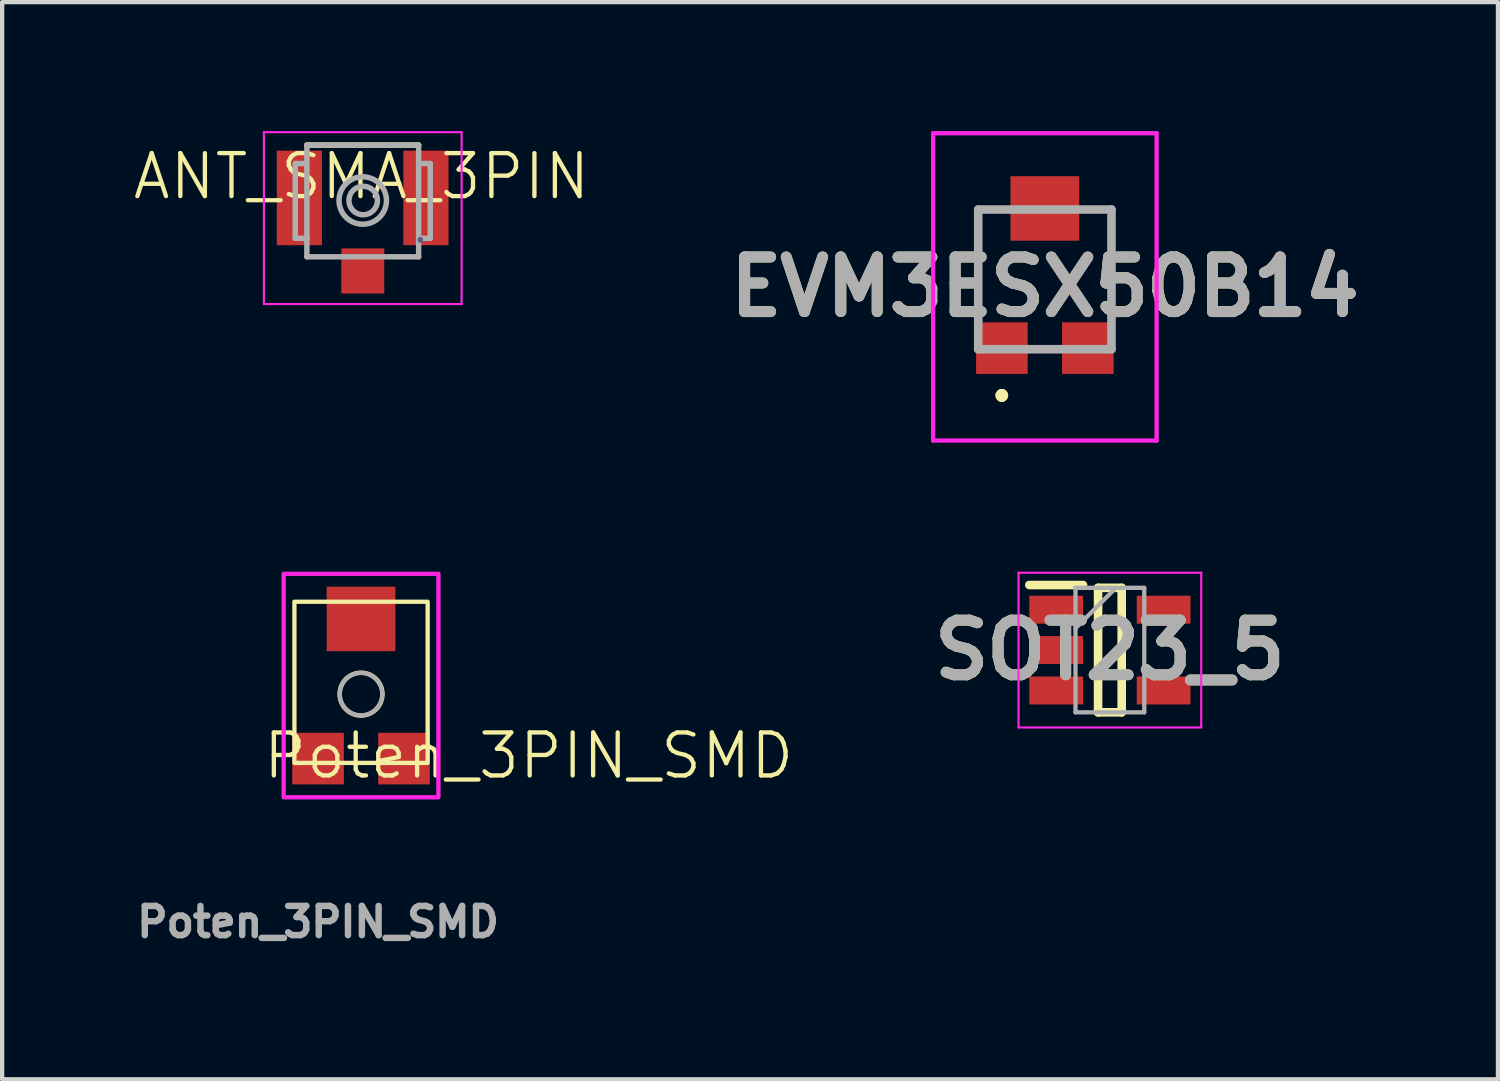
<source format=kicad_pcb>
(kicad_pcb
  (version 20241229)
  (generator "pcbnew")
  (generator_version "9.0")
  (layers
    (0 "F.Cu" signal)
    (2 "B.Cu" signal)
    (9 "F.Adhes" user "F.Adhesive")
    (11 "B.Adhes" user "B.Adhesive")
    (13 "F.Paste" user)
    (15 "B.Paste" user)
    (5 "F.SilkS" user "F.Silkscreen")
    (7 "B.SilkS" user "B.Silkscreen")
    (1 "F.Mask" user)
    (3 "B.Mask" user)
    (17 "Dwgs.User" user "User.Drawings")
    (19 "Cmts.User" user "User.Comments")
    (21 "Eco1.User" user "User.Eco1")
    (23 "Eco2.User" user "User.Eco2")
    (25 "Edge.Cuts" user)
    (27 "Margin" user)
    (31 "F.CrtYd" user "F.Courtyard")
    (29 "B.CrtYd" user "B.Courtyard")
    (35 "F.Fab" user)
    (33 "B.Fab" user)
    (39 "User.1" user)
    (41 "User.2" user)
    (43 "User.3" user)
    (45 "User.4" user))
  (footprint "Poten_3PIN_SMD"
    (layer "F.Cu")
    (at 4.35 14.6)
    (property "Reference" "Poten_3PIN_SMD" (at 4.9 -0.066 0) (unlocked yes) (layer "F.SilkS") (effects (font (size 1 1) (thickness 0.1))))
    (attr smd)
    (fp_rect (start -0.55 -3.65) (end 2.55 0.1) (stroke (width 0.1) (type default)) (fill no) (layer "F.SilkS"))
    (fp_circle (center 1 -1.5) (end 1.5 -1.5) (stroke (width 0.1) (type default)) (fill no) (layer "F.SilkS"))
    (fp_rect (start -0.8 -4.3) (end 2.8 0.9) (stroke (width 0.1) (type default)) (fill no) (layer "F.CrtYd"))
    (fp_circle (center 1 -1.5) (end 0.942 -1.011) (stroke (width 0.1) (type solid)) (fill no) (layer "F.Fab"))
    (fp_text user "${REFERENCE}" (at 0 3.8 0) (layer "F.Fab") (effects (font (size 0.68 0.68) (thickness 0.15))))
    (pad "1" smd rect (at 0 0 270) (size 1.2 1.2) (layers "F.Cu" "F.Mask" "F.Paste"))
    (pad "2" smd rect (at 1 -3.25 270) (size 1.5 1.6) (layers "F.Cu" "F.Mask" "F.Paste"))
    (pad "3" smd rect (at 2 0 270) (size 1.2 1.2) (layers "F.Cu" "F.Mask" "F.Paste")))
  (footprint "ANT_SMA_3PIN"
    (layer "F.Cu")
    (at 5.36 1.555)
    (property "Reference" "ANT_SMA_3PIN" (at 0 -0.5 0) (unlocked yes) (layer "F.SilkS") (effects (font (size 1 1) (thickness 0.1))))
    (attr smd)
    (fp_line (start 1.33 -1.23) (end -1.27 -1.23) (stroke (width 0.127) (type solid)) (layer "F.SilkS"))
    (fp_line (start -2.27 -1.53) (end -2.27 2.47) (stroke (width 0.05) (type solid)) (layer "F.CrtYd"))
    (fp_line (start -2.27 2.47) (end 2.33 2.47) (stroke (width 0.05) (type solid)) (layer "F.CrtYd"))
    (fp_line (start 2.33 -1.53) (end -2.27 -1.53) (stroke (width 0.05) (type solid)) (layer "F.CrtYd"))
    (fp_line (start 2.33 2.47) (end 2.33 -1.53) (stroke (width 0.05) (type solid)) (layer "F.CrtYd"))
    (fp_line (start 1.37 0.97) (end 1.37 0.98) (stroke (width 0.127) (type solid)) (layer "B.Fab"))
    (fp_line (start -1.54 -0.8) (end -1.54 0.94) (stroke (width 0.127) (type solid)) (layer "F.Fab"))
    (fp_line (start -1.54 -0.8) (end -1.3 -0.8) (stroke (width 0.127) (type solid)) (layer "F.Fab"))
    (fp_line (start -1.54 0.94) (end -1.27 0.94) (stroke (width 0.127) (type solid)) (layer "F.Fab"))
    (fp_line (start -1.3 -0.8) (end -1.3 -0.81) (stroke (width 0.127) (type solid)) (layer "F.Fab"))
    (fp_line (start -1.27 -1.23) (end 1.33 -1.23) (stroke (width 0.127) (type solid)) (layer "F.Fab"))
    (fp_line (start -1.27 0.94) (end -1.27 -1.23) (stroke (width 0.127) (type solid)) (layer "F.Fab"))
    (fp_line (start -1.27 1.37) (end -1.27 0.94) (stroke (width 0.127) (type solid)) (layer "F.Fab"))
    (fp_line (start -1.27 1.37) (end 1.33 1.37) (stroke (width 0.127) (type solid)) (layer "F.Fab"))
    (fp_line (start 1.33 -1.23) (end 1.33 1.37) (stroke (width 0.127) (type solid)) (layer "F.Fab"))
    (fp_line (start 1.41 -0.8) (end 1.6 -0.8) (stroke (width 0.127) (type solid)) (layer "F.Fab"))
    (fp_line (start 1.6 -0.8) (end 1.6 0.94) (stroke (width 0.127) (type solid)) (layer "F.Fab"))
    (fp_line (start 1.6 0.94) (end 1.37 0.94) (stroke (width 0.127) (type solid)) (layer "F.Fab"))
    (fp_circle (center 0.03 0.06) (end 0.582 0.06) (stroke (width 0.127) (type solid)) (fill no) (layer "F.Fab"))
    (fp_circle (center 0.04 0.06) (end 0.372 0.06) (stroke (width 0.127) (type solid)) (fill no) (layer "F.Fab"))
    (pad "1" smd rect (at 0.03 1.7) (size 1 1.05) (layers "F.Cu" "F.Mask" "F.Paste"))
    (pad "2" smd rect (at 1.5 0) (size 1.05 2.2) (layers "F.Cu" "F.Mask" "F.Paste"))
    (pad "3" smd rect (at -1.445 0) (size 1.05 2.2) (layers "F.Cu" "F.Mask" "F.Paste"))
    (zone (net_name "") (layer "F.Cu") (hatch full 0.508) (connect_pads) (min_thickness 0.01) (filled_areas_thickness no) (keepout (tracks not_allowed) (vias not_allowed) (pads not_allowed) (copperpour not_allowed) (footprints allowed)) (placement (enabled no)) (fill) (polygon (pts (xy 4.486 0.475) (xy 6.29 0.475) (xy 6.29 2.688) (xy 4.486 2.688)))))
  (footprint "EVM3ESX50B14"
    (layer "F.Cu")
    (at 21.26 3.45)
    (property "Reference" "EVM3ESX50B14" (at 0 0.175 0) (layer "F.SilkS") (effects (font (size 1.27 1.27) (thickness 0.254))))
    (attr smd)
    (fp_line (start -1.55 -1.625) (end -1.55 -1.625) (stroke (width 0.1) (type solid)) (layer "F.SilkS"))
    (fp_line (start -1.55 -1.625) (end -1.55 0.35) (stroke (width 0.1) (type solid)) (layer "F.SilkS"))
    (fp_line (start -1.55 0.35) (end -1.55 -1.625) (stroke (width 0.1) (type solid)) (layer "F.SilkS"))
    (fp_line (start -1.55 0.35) (end -1.55 0.35) (stroke (width 0.1) (type solid)) (layer "F.SilkS"))
    (fp_line (start -1 2.65) (end -1 2.65) (stroke (width 0.2) (type solid)) (layer "F.SilkS"))
    (fp_line (start -1 2.65) (end -1 2.65) (stroke (width 0.2) (type solid)) (layer "F.SilkS"))
    (fp_line (start -1 2.75) (end -1 2.75) (stroke (width 0.2) (type solid)) (layer "F.SilkS"))
    (fp_line (start 1.55 -1.625) (end 1.55 -1.625) (stroke (width 0.1) (type solid)) (layer "F.SilkS"))
    (fp_line (start 1.55 -1.625) (end 1.55 0.35) (stroke (width 0.1) (type solid)) (layer "F.SilkS"))
    (fp_line (start 1.55 0.35) (end 1.55 -1.625) (stroke (width 0.1) (type solid)) (layer "F.SilkS"))
    (fp_line (start 1.55 0.35) (end 1.55 0.35) (stroke (width 0.1) (type solid)) (layer "F.SilkS"))
    (fp_arc (start -1 2.65) (mid -0.95 2.7) (end -1 2.75) (stroke (width 0.2) (type solid)) (layer "F.SilkS"))
    (fp_arc (start -1 2.75) (mid -1.05 2.7) (end -1 2.65) (stroke (width 0.2) (type solid)) (layer "F.SilkS"))
    (fp_arc (start -1 2.75) (mid -1.05 2.7) (end -1 2.65) (stroke (width 0.2) (type solid)) (layer "F.SilkS"))
    (fp_line (start -2.6 -3.4) (end 2.6 -3.4) (stroke (width 0.1) (type solid)) (layer "F.CrtYd"))
    (fp_line (start -2.6 3.75) (end -2.6 -3.4) (stroke (width 0.1) (type solid)) (layer "F.CrtYd"))
    (fp_line (start 2.6 -3.4) (end 2.6 3.75) (stroke (width 0.1) (type solid)) (layer "F.CrtYd"))
    (fp_line (start 2.6 3.75) (end -2.6 3.75) (stroke (width 0.1) (type solid)) (layer "F.CrtYd"))
    (fp_line (start -1.55 -1.625) (end -1.55 1.625) (stroke (width 0.2) (type solid)) (layer "F.Fab"))
    (fp_line (start -1.55 1.625) (end 1.55 1.625) (stroke (width 0.2) (type solid)) (layer "F.Fab"))
    (fp_line (start 1.55 -1.625) (end -1.55 -1.625) (stroke (width 0.2) (type solid)) (layer "F.Fab"))
    (fp_line (start 1.55 1.625) (end 1.55 -1.625) (stroke (width 0.2) (type solid)) (layer "F.Fab"))
    (fp_text user "${REFERENCE}" (at 0 0.175 0) (layer "F.Fab") (effects (font (size 1.27 1.27) (thickness 0.254))))
    (pad "1" smd rect (at -1 1.6 90) (size 1.2 1.2) (layers "F.Cu" "F.Mask" "F.Paste"))
    (pad "2" smd rect (at 0 -1.65 90) (size 1.5 1.6) (layers "F.Cu" "F.Mask" "F.Paste"))
    (pad "3" smd rect (at 1 1.6 90) (size 1.2 1.2) (layers "F.Cu" "F.Mask" "F.Paste")))
  (footprint "SOT23_5"
    (layer "F.Cu")
    (at 22.773 12.075)
    (property "Reference" "SOT23_5" (at 0 0 0) (layer "F.SilkS") (effects (font (size 1.27 1.27) (thickness 0.254))))
    (attr smd)
    (fp_line (start -1.875 -1.514) (end -0.625 -1.514) (stroke (width 0.2) (type solid)) (layer "F.SilkS"))
    (fp_line (start -0.275 -1.448) (end 0.275 -1.448) (stroke (width 0.2) (type solid)) (layer "F.SilkS"))
    (fp_line (start -0.275 1.448) (end -0.275 -1.448) (stroke (width 0.2) (type solid)) (layer "F.SilkS"))
    (fp_line (start 0.275 -1.448) (end 0.275 1.448) (stroke (width 0.2) (type solid)) (layer "F.SilkS"))
    (fp_line (start 0.275 1.448) (end -0.275 1.448) (stroke (width 0.2) (type solid)) (layer "F.SilkS"))
    (fp_line (start -2.125 -1.8) (end 2.125 -1.8) (stroke (width 0.05) (type solid)) (layer "F.CrtYd"))
    (fp_line (start -2.125 1.8) (end -2.125 -1.8) (stroke (width 0.05) (type solid)) (layer "F.CrtYd"))
    (fp_line (start 2.125 -1.8) (end 2.125 1.8) (stroke (width 0.05) (type solid)) (layer "F.CrtYd"))
    (fp_line (start 2.125 1.8) (end -2.125 1.8) (stroke (width 0.05) (type solid)) (layer "F.CrtYd"))
    (fp_line (start -0.8 -1.448) (end 0.8 -1.448) (stroke (width 0.1) (type solid)) (layer "F.Fab"))
    (fp_line (start -0.8 -0.508) (end 0.14 -1.448) (stroke (width 0.1) (type solid)) (layer "F.Fab"))
    (fp_line (start -0.8 1.448) (end -0.8 -1.448) (stroke (width 0.1) (type solid)) (layer "F.Fab"))
    (fp_line (start 0.8 -1.448) (end 0.8 1.448) (stroke (width 0.1) (type solid)) (layer "F.Fab"))
    (fp_line (start 0.8 1.448) (end -0.8 1.448) (stroke (width 0.1) (type solid)) (layer "F.Fab"))
    (fp_text user "${REFERENCE}" (at 0 0 0) (layer "F.Fab") (effects (font (size 1.27 1.27) (thickness 0.254))))
    (pad "1" smd rect (at -1.25 -0.94 90) (size 0.65 1.25) (layers "F.Cu" "F.Mask" "F.Paste"))
    (pad "2" smd rect (at -1.25 0 90) (size 0.65 1.25) (layers "F.Cu" "F.Mask" "F.Paste"))
    (pad "3" smd rect (at -1.25 0.94 90) (size 0.65 1.25) (layers "F.Cu" "F.Mask" "F.Paste"))
    (pad "4" smd rect (at 1.25 0.94 90) (size 0.65 1.25) (layers "F.Cu" "F.Mask" "F.Paste"))
    (pad "5" smd rect (at 1.25 -0.94 90) (size 0.65 1.25) (layers "F.Cu" "F.Mask" "F.Paste")))
  (gr_rect
    (start -3 -3)
    (end 31.802 22.061)
    (stroke (width 0.1) (type default))
    (fill no)
    (layer "Edge.Cuts")))
</source>
